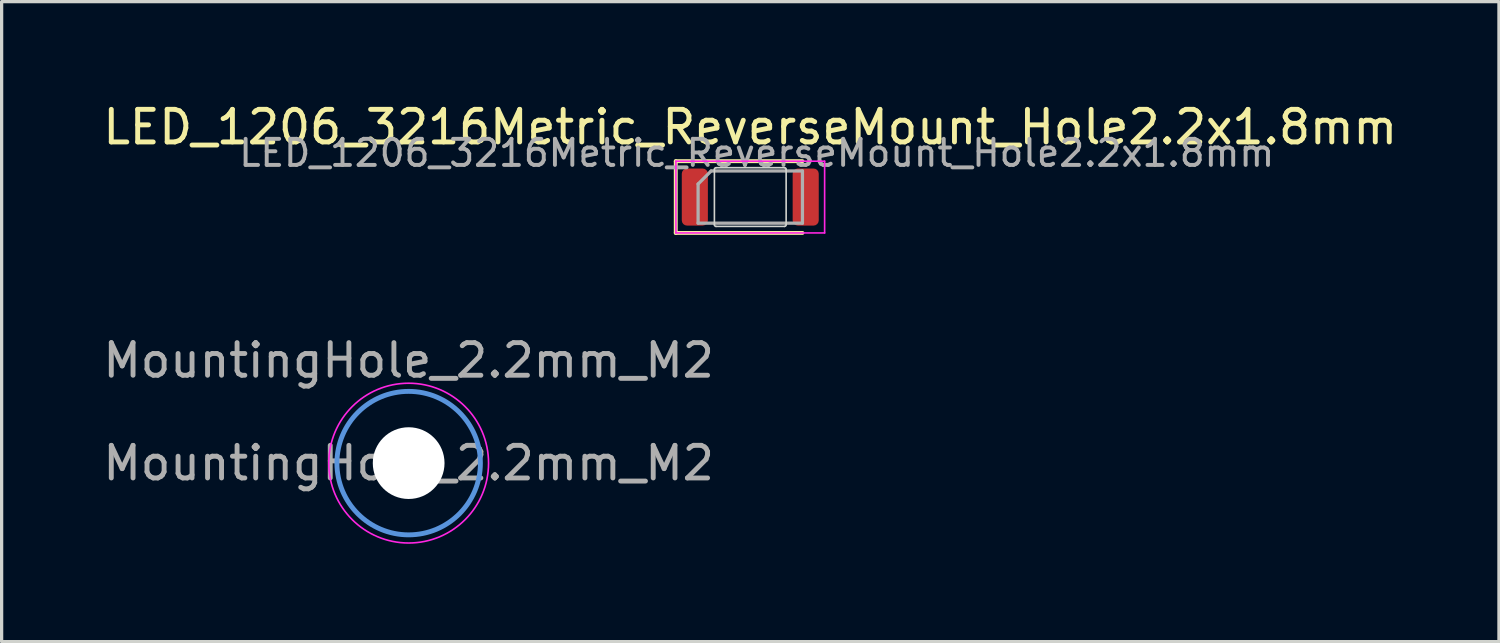
<source format=kicad_pcb>
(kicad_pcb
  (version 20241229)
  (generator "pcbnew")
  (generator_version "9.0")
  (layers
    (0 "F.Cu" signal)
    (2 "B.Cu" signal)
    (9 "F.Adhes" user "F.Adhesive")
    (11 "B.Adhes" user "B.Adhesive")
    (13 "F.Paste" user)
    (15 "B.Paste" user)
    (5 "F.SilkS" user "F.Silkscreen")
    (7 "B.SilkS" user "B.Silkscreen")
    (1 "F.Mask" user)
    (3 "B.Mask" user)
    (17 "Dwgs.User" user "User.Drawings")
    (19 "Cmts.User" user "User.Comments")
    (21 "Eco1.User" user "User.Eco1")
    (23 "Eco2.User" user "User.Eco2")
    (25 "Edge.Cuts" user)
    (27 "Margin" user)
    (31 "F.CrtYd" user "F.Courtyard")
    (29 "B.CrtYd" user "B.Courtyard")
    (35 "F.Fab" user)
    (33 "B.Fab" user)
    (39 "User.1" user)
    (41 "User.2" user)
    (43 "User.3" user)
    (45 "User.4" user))
  (footprint "LED_1206_3216Metric_ReverseMount_Hole2.2x1.8mm"
    (layer "F.Cu")
    (at 19.958 2.993)
    (property "Reference" "LED_1206_3216Metric_ReverseMount_Hole2.2x1.8mm" (at 0 -2.145 0) (layer "F.SilkS") (effects (font (size 1 1) (thickness 0.15))))
    (attr smd)
    (fp_line (start -2.285 -1.1) (end -2.285 1.1) (stroke (width 0.12) (type solid)) (layer "F.SilkS"))
    (fp_line (start -2.285 1.1) (end 1.6 1.1) (stroke (width 0.12) (type solid)) (layer "F.SilkS"))
    (fp_line (start 1.6 -1.1) (end -2.285 -1.1) (stroke (width 0.12) (type solid)) (layer "F.SilkS"))
    (fp_line (start -1.1 0.85) (end -1.1 -0.85) (stroke (width 0.05) (type solid)) (layer "Edge.Cuts"))
    (fp_line (start -1.05 -0.9) (end 1.05 -0.9) (stroke (width 0.05) (type solid)) (layer "Edge.Cuts"))
    (fp_line (start -1.05 0.9) (end 1.05 0.9) (stroke (width 0.05) (type solid)) (layer "Edge.Cuts"))
    (fp_line (start 1.1 0.85) (end 1.1 -0.85) (stroke (width 0.05) (type solid)) (layer "Edge.Cuts"))
    (fp_arc (start -1.1 -0.85) (mid -1.085355 -0.885355) (end -1.05 -0.9) (stroke (width 0.05) (type default)) (layer "Edge.Cuts"))
    (fp_arc (start -1.05 0.9) (mid -1.085355 0.885355) (end -1.1 0.85) (stroke (width 0.05) (type default)) (layer "Edge.Cuts"))
    (fp_arc (start 1.05 -0.9) (mid 1.085355 -0.885355) (end 1.1 -0.85) (stroke (width 0.05) (type default)) (layer "Edge.Cuts"))
    (fp_arc (start 1.1 0.85) (mid 1.085355 0.885355) (end 1.05 0.9) (stroke (width 0.05) (type default)) (layer "Edge.Cuts"))
    (fp_line (start -2.28 -1.1) (end 2.28 -1.1) (stroke (width 0.05) (type solid)) (layer "F.CrtYd"))
    (fp_line (start -2.28 1.1) (end -2.28 -1.1) (stroke (width 0.05) (type solid)) (layer "F.CrtYd"))
    (fp_line (start 2.28 -1.1) (end 2.28 1.1) (stroke (width 0.05) (type solid)) (layer "F.CrtYd"))
    (fp_line (start 2.28 1.1) (end -2.28 1.1) (stroke (width 0.05) (type solid)) (layer "F.CrtYd"))
    (fp_line (start -1.6 -0.4) (end -1.6 0.8) (stroke (width 0.1) (type solid)) (layer "F.Fab"))
    (fp_line (start -1.6 0.8) (end 1.6 0.8) (stroke (width 0.1) (type solid)) (layer "F.Fab"))
    (fp_line (start -1.2 -0.8) (end -1.6 -0.4) (stroke (width 0.1) (type solid)) (layer "F.Fab"))
    (fp_line (start 1.6 -0.8) (end -1.2 -0.8) (stroke (width 0.1) (type solid)) (layer "F.Fab"))
    (fp_line (start 1.6 0.8) (end 1.6 -0.8) (stroke (width 0.1) (type solid)) (layer "F.Fab"))
    (fp_text user "${REFERENCE}" (at 0.2 -1.35 0) (layer "F.Fab") (effects (font (size 0.8 0.8) (thickness 0.12))))
    (pad "1" smd roundrect (at -1.7 0) (size 0.8 1.75) (layers "F.Cu" "F.Mask" "F.Paste") (roundrect_rratio 0.2))
    (pad "2" smd roundrect (at 1.7 0) (size 0.8 1.75) (layers "F.Cu" "F.Mask" "F.Paste") (roundrect_rratio 0.2)))
  (footprint "MountingHole_2.2mm_M2"
    (layer "F.Cu")
    (at 9.482 11.152)
    (property "Reference" "MountingHole_2.2mm_M2" (at 0 -3.15 0) (layer "F.Fab") (effects (font (size 1 1) (thickness 0.15))))
    (attr exclude_from_pos_files exclude_from_bom)
    (fp_circle (center 0 0) (end 2.2 0) (stroke (width 0.15) (type solid)) (fill no) (layer "Cmts.User"))
    (fp_circle (center 0 0) (end 2.45 0) (stroke (width 0.05) (type solid)) (fill no) (layer "F.CrtYd"))
    (fp_text user "${REFERENCE}" (at 0 0 0) (layer "F.Fab") (effects (font (size 1 1) (thickness 0.15))))
    (pad "" np_thru_hole circle (at 0 0) (size 2.2 2.2) (drill 2.2) (layers "*.Cu" "*.Mask")))
  (gr_rect
    (start -3 -3)
    (end 42.917 16.627)
    (stroke (width 0.1) (type default))
    (fill no)
    (layer "Edge.Cuts")))
</source>
